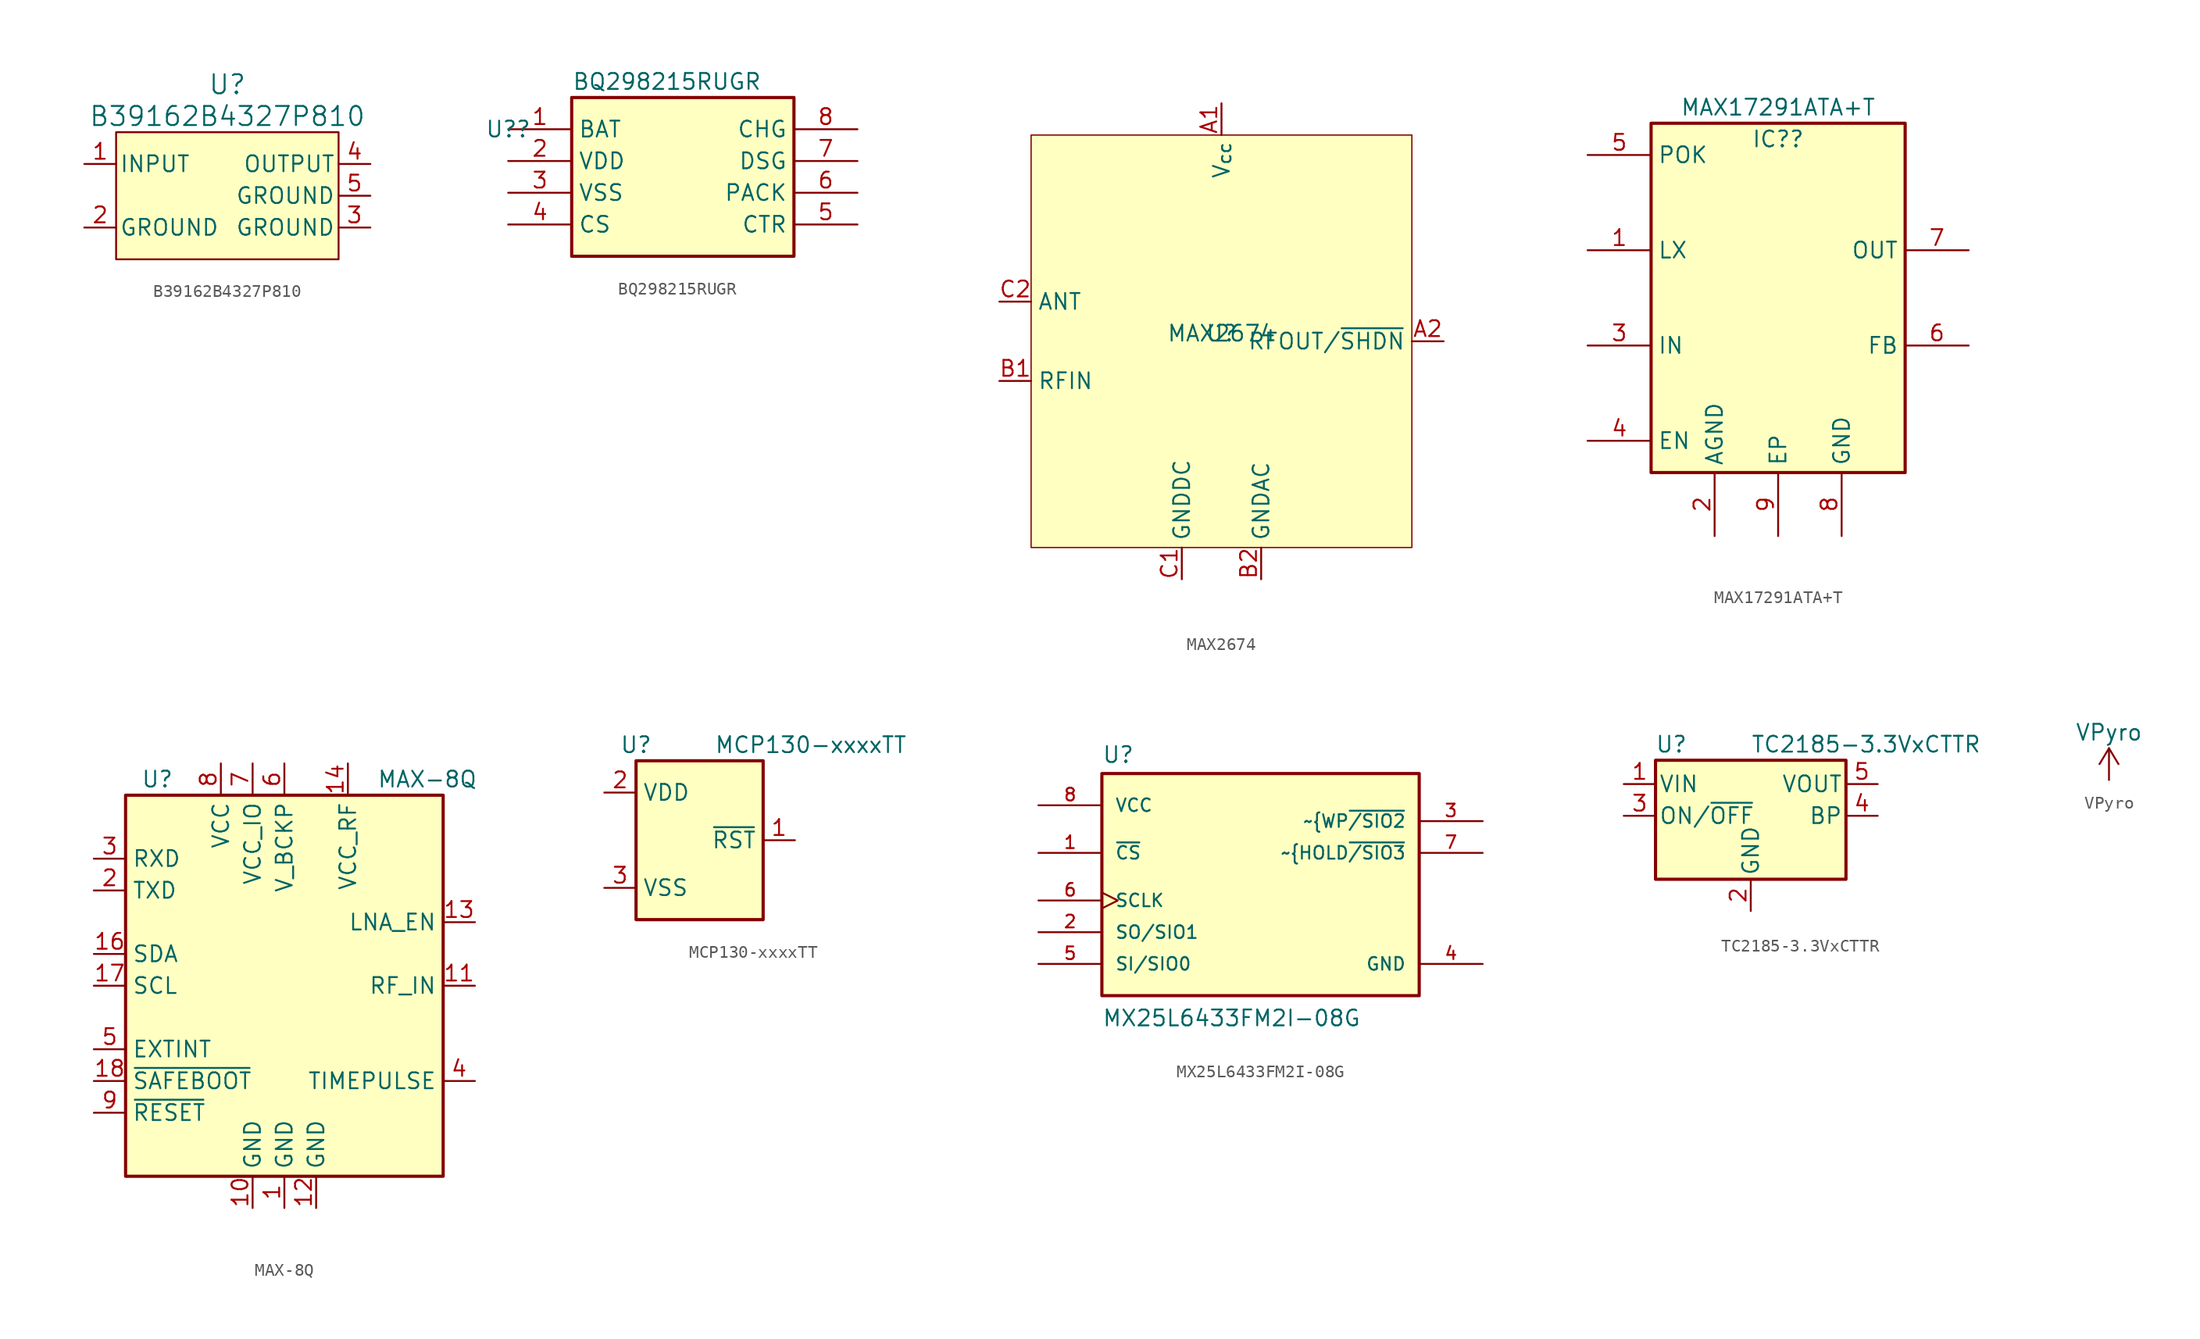
<source format=kicad_sym>
(kicad_symbol_lib
  (version 20220914)
  (generator kicad_symbol_editor)
  (symbol "B39162B4327P810"
    (pin_names
      (offset 0.254))
    (property "Reference" "U"
      (at 0 8.89 0)
      (effects (font (size 1.524 1.524))))
    (property "Value" "B39162B4327P810"
      (at 0 6.35 0)
      (effects (font (size 1.524 1.524))))
    (symbol "B39162B4327P810_0_1"
      (pin input line (at -11.43 2.54 0) (length 2.54) (name "INPUT" (effects (font (size 1.27 1.27)))) (number "1" (effects (font (size 1.27 1.27)))))
      (pin power_out line (at -11.43 -2.54 0) (length 2.54) (name "GROUND" (effects (font (size 1.27 1.27)))) (number "2" (effects (font (size 1.27 1.27)))))
      (pin power_out line (at 11.43 -2.54 180) (length 2.54) (name "GROUND" (effects (font (size 1.27 1.27)))) (number "3" (effects (font (size 1.27 1.27)))))
      (pin output line (at 11.43 2.54 180) (length 2.54) (name "OUTPUT" (effects (font (size 1.27 1.27)))) (number "4" (effects (font (size 1.27 1.27)))))
      (pin power_out line (at 11.43 0 180) (length 2.54) (name "GROUND" (effects (font (size 1.27 1.27)))) (number "5" (effects (font (size 1.27 1.27))))))
    (symbol "B39162B4327P810_1_1"
      (rectangle (start -8.89 5.08) (end 8.89 -5.08) (stroke (width 0.152) (type default)) (fill (type background)))))
  (symbol "BQ298215RUGR"
    (property "Reference" "U?"
      (at 0 0 0)
      (effects (font (size 1.27 1.27))))
    (property "Value" "BQ298215RUGR"
      (at 12.7 3.81 0)
      (effects (font (size 1.27 1.27))))
    (symbol "BQ298215RUGR_1_1"
      (rectangle (start 5.08 2.54) (end 22.86 -10.16) (stroke (width 0.254) (type default)) (fill (type background)))
      (pin passive line (at 0 0 0) (length 5.08) (name "BAT" (effects (font (size 1.27 1.27)))) (number "1" (effects (font (size 1.27 1.27)))))
      (pin passive line (at 0 -2.54 0) (length 5.08) (name "VDD" (effects (font (size 1.27 1.27)))) (number "2" (effects (font (size 1.27 1.27)))))
      (pin passive line (at 0 -5.08 0) (length 5.08) (name "VSS" (effects (font (size 1.27 1.27)))) (number "3" (effects (font (size 1.27 1.27)))))
      (pin passive line (at 0 -7.62 0) (length 5.08) (name "CS" (effects (font (size 1.27 1.27)))) (number "4" (effects (font (size 1.27 1.27)))))
      (pin passive line (at 27.94 -7.62 180) (length 5.08) (name "CTR" (effects (font (size 1.27 1.27)))) (number "5" (effects (font (size 1.27 1.27)))))
      (pin passive line (at 27.94 -5.08 180) (length 5.08) (name "PACK" (effects (font (size 1.27 1.27)))) (number "6" (effects (font (size 1.27 1.27)))))
      (pin passive line (at 27.94 -2.54 180) (length 5.08) (name "DSG" (effects (font (size 1.27 1.27)))) (number "7" (effects (font (size 1.27 1.27)))))
      (pin passive line (at 27.94 0 180) (length 5.08) (name "CHG" (effects (font (size 1.27 1.27)))) (number "8" (effects (font (size 1.27 1.27)))))))
  (symbol "MAX2674"
    (property "Reference" "U"
      (at 0 0.635 0)
      (effects (font (size 1.27 1.27))))
    (property "Value" "MAX2674"
      (at 0 0.635 0)
      (effects (font (size 1.27 1.27))))
    (symbol "MAX2674_1_1"
      (rectangle (start -15.24 16.51) (end 15.24 -16.51) (stroke (width 0.1) (type default)) (fill (type background)))
      (pin power_in line (at 0 19.05 270) (length 2.54) (name "V_{cc}" (effects (font (size 1.27 1.27)))) (number "A1" (effects (font (size 1.27 1.27)))))
      (pin bidirectional line (at 17.78 0 180) (length 2.54) (name "RFOUT/~{SHDN}" (effects (font (size 1.27 1.27)))) (number "A2" (effects (font (size 1.27 1.27)))))
      (pin input line (at -17.78 -3.175 0) (length 2.54) (name "RFIN" (effects (font (size 1.27 1.27)))) (number "B1" (effects (font (size 1.27 1.27)))))
      (pin power_in line (at 3.175 -19.05 90) (length 2.54) (name "GNDAC" (effects (font (size 1.27 1.27)))) (number "B2" (effects (font (size 1.27 1.27)))))
      (pin power_in line (at -3.175 -19.05 90) (length 2.54) (name "GNDDC" (effects (font (size 1.27 1.27)))) (number "C1" (effects (font (size 1.27 1.27)))))
      (pin input line (at -17.78 3.175 0) (length 2.54) (name "ANT" (effects (font (size 1.27 1.27)))) (number "C2" (effects (font (size 1.27 1.27)))))))
  (symbol "MAX17291ATA+T"
    (property "Reference" "IC?"
      (at 0 12.7 0)
      (effects (font (size 1.27 1.27))))
    (property "Value" "MAX17291ATA+T"
      (at 0 15.24 0)
      (effects (font (size 1.27 1.27))))
    (symbol "MAX17291ATA+T_1_1"
      (rectangle (start -10.16 13.97) (end 10.16 -13.97) (stroke (width 0.254) (type default)) (fill (type background)))
      (pin passive line (at -15.24 3.81 0) (length 5.08) (name "LX" (effects (font (size 1.27 1.27)))) (number "1" (effects (font (size 1.27 1.27)))))
      (pin passive line (at -5.08 -19.05 90) (length 5.08) (name "AGND" (effects (font (size 1.27 1.27)))) (number "2" (effects (font (size 1.27 1.27)))))
      (pin passive line (at -15.24 -3.81 0) (length 5.08) (name "IN" (effects (font (size 1.27 1.27)))) (number "3" (effects (font (size 1.27 1.27)))))
      (pin passive line (at -15.24 -11.43 0) (length 5.08) (name "EN" (effects (font (size 1.27 1.27)))) (number "4" (effects (font (size 1.27 1.27)))))
      (pin passive line (at -15.24 11.43 0) (length 5.08) (name "POK" (effects (font (size 1.27 1.27)))) (number "5" (effects (font (size 1.27 1.27)))))
      (pin passive line (at 15.24 -3.81 180) (length 5.08) (name "FB" (effects (font (size 1.27 1.27)))) (number "6" (effects (font (size 1.27 1.27)))))
      (pin passive line (at 15.24 3.81 180) (length 5.08) (name "OUT" (effects (font (size 1.27 1.27)))) (number "7" (effects (font (size 1.27 1.27)))))
      (pin passive line (at 5.08 -19.05 90) (length 5.08) (name "GND" (effects (font (size 1.27 1.27)))) (number "8" (effects (font (size 1.27 1.27)))))
      (pin passive line (at 0 -19.05 90) (length 5.08) (name "EP" (effects (font (size 1.27 1.27)))) (number "9" (effects (font (size 1.27 1.27)))))))
  (symbol "MAX-8Q"
    (property "Reference" "U"
      (at -10.16 16.51 0)
      (effects (font (size 1.27 1.27))))
    (property "Value" "MAX-8Q"
      (at 11.43 16.51 0)
      (effects (font (size 1.27 1.27))))
    (symbol "MAX-8Q_0_1"
      (rectangle (start 12.7 15.24) (end -12.7 -15.24) (stroke (width 0.254) (type default)) (fill (type background))))
    (symbol "MAX-8Q_1_1"
      (pin power_in line (at 0 -17.78 90) (length 2.54) (name "GND" (effects (font (size 1.27 1.27)))) (number "1" (effects (font (size 1.27 1.27)))))
      (pin passive line (at -2.54 -17.78 90) (length 2.54) (name "GND" (effects (font (size 1.27 1.27)))) (number "10" (effects (font (size 1.27 1.27)))))
      (pin input line (at 15.24 0 180) (length 2.54) (name "RF_IN" (effects (font (size 1.27 1.27)))) (number "11" (effects (font (size 1.27 1.27)))))
      (pin passive line (at 2.54 -17.78 90) (length 2.54) (name "GND" (effects (font (size 1.27 1.27)))) (number "12" (effects (font (size 1.27 1.27)))))
      (pin output line (at 15.24 5.08 180) (length 2.54) (name "LNA_EN" (effects (font (size 1.27 1.27)))) (number "13" (effects (font (size 1.27 1.27)))))
      (pin power_out line (at 5.08 17.78 270) (length 2.54) (name "VCC_RF" (effects (font (size 1.27 1.27)))) (number "14" (effects (font (size 1.27 1.27)))))
      (pin no_connect line (at 12.7 -5.08 180) (length 2.54) hide (name "Reserved" (effects (font (size 1.27 1.27)))) (number "15" (effects (font (size 1.27 1.27)))))
      (pin bidirectional line (at -15.24 2.54 0) (length 2.54) (name "SDA" (effects (font (size 1.27 1.27)))) (number "16" (effects (font (size 1.27 1.27)))))
      (pin input line (at -15.24 0 0) (length 2.54) (name "SCL" (effects (font (size 1.27 1.27)))) (number "17" (effects (font (size 1.27 1.27)))))
      (pin input line (at -15.24 -7.62 0) (length 2.54) (name "~{SAFEBOOT}" (effects (font (size 1.27 1.27)))) (number "18" (effects (font (size 1.27 1.27)))))
      (pin output line (at -15.24 7.62 0) (length 2.54) (name "TXD" (effects (font (size 1.27 1.27)))) (number "2" (effects (font (size 1.27 1.27)))))
      (pin input line (at -15.24 10.16 0) (length 2.54) (name "RXD" (effects (font (size 1.27 1.27)))) (number "3" (effects (font (size 1.27 1.27)))))
      (pin output line (at 15.24 -7.62 180) (length 2.54) (name "TIMEPULSE" (effects (font (size 1.27 1.27)))) (number "4" (effects (font (size 1.27 1.27)))))
      (pin input line (at -15.24 -5.08 0) (length 2.54) (name "EXTINT" (effects (font (size 1.27 1.27)))) (number "5" (effects (font (size 1.27 1.27)))))
      (pin power_in line (at 0 17.78 270) (length 2.54) (name "V_BCKP" (effects (font (size 1.27 1.27)))) (number "6" (effects (font (size 1.27 1.27)))))
      (pin power_in line (at -2.54 17.78 270) (length 2.54) (name "VCC_IO" (effects (font (size 1.27 1.27)))) (number "7" (effects (font (size 1.27 1.27)))))
      (pin power_in line (at -5.08 17.78 270) (length 2.54) (name "VCC" (effects (font (size 1.27 1.27)))) (number "8" (effects (font (size 1.27 1.27)))))
      (pin input line (at -15.24 -10.16 0) (length 2.54) (name "~{RESET}" (effects (font (size 1.27 1.27)))) (number "9" (effects (font (size 1.27 1.27)))))))
  (symbol "MCP130-xxxxTT"
    (property "Reference" "U"
      (at -5.08 7.62 0)
      (effects (font (size 1.27 1.27))))
    (property "Value" "MCP130-xxxxTT"
      (at 8.89 7.62 0)
      (effects (font (size 1.27 1.27))))
    (symbol "MCP130-xxxxTT_0_1"
      (rectangle (start -5.08 6.35) (end 5.08 -6.35) (stroke (width 0.254) (type default)) (fill (type background))))
    (symbol "MCP130-xxxxTT_1_1"
      (pin open_collector line (at 7.62 0 180) (length 2.54) (name "~{RST}" (effects (font (size 1.27 1.27)))) (number "1" (effects (font (size 1.27 1.27)))))
      (pin power_in line (at -7.62 3.81 0) (length 2.54) (name "VDD" (effects (font (size 1.27 1.27)))) (number "2" (effects (font (size 1.27 1.27)))))
      (pin power_in line (at -7.62 -3.81 0) (length 2.54) (name "VSS" (effects (font (size 1.27 1.27)))) (number "3" (effects (font (size 1.27 1.27)))))))
  (symbol "MX25L6433FM2I-08G"
    (pin_names
      (offset 1.016))
    (property "Reference" "U"
      (at -12.7 13.462 0)
      (effects (font (size 1.27 1.27)) (justify left bottom)))
    (property "Value" "MX25L6433FM2I-08G"
      (at -12.7 -7.62 0)
      (effects (font (size 1.27 1.27)) (justify left bottom)))
    (symbol "MX25L6433FM2I-08G_0_0"
      (rectangle (start -12.7 12.7) (end 12.7 -5.08) (stroke (width 0.254) (type default)) (fill (type background)))
      (pin input line (at -17.78 6.35 0) (length 5.08) (name "~{CS}" (effects (font (size 1.016 1.016)))) (number "1" (effects (font (size 1.016 1.016)))))
      (pin bidirectional line (at -17.78 0 0) (length 5.08) (name "SO/SIO1" (effects (font (size 1.016 1.016)))) (number "2" (effects (font (size 1.016 1.016)))))
      (pin bidirectional line (at 17.78 8.89 180) (length 5.08) (name "~{WP~{/SIO2}" (effects (font (size 1.016 1.016)))) (number "3" (effects (font (size 1.016 1.016)))))
      (pin power_in line (at 17.78 -2.54 180) (length 5.08) (name "GND" (effects (font (size 1.016 1.016)))) (number "4" (effects (font (size 1.016 1.016)))))
      (pin bidirectional line (at -17.78 -2.54 0) (length 5.08) (name "SI/SIO0" (effects (font (size 1.016 1.016)))) (number "5" (effects (font (size 1.016 1.016)))))
      (pin input clock (at -17.78 2.54 0) (length 5.08) (name "SCLK" (effects (font (size 1.016 1.016)))) (number "6" (effects (font (size 1.016 1.016)))))
      (pin bidirectional line (at 17.78 6.35 180) (length 5.08) (name "~{HOLD~{/SIO3}" (effects (font (size 1.016 1.016)))) (number "7" (effects (font (size 1.016 1.016)))))
      (pin power_in line (at -17.78 10.16 0) (length 5.08) (name "VCC" (effects (font (size 1.016 1.016)))) (number "8" (effects (font (size 1.016 1.016)))))))
  (symbol "TC2185-3.3VxCTTR"
    (pin_names
      (offset 0.254))
    (property "Reference" "U"
      (at -6.35 5.715 0)
      (effects (font (size 1.27 1.27))))
    (property "Value" "TC2185-3.3VxCTTR"
      (at 0 5.715 0)
      (effects (font (size 1.27 1.27)) (justify left)))
    (symbol "TC2185-3.3VxCTTR_0_1"
      (rectangle (start -7.62 -5.08) (end 7.62 4.445) (stroke (width 0.254) (type default)) (fill (type background))))
    (symbol "TC2185-3.3VxCTTR_1_1"
      (pin power_in line (at -10.16 2.54 0) (length 2.54) (name "VIN" (effects (font (size 1.27 1.27)))) (number "1" (effects (font (size 1.27 1.27)))))
      (pin power_in line (at 0 -7.62 90) (length 2.54) (name "GND" (effects (font (size 1.27 1.27)))) (number "2" (effects (font (size 1.27 1.27)))))
      (pin input line (at -10.16 0 0) (length 2.54) (name "ON/~{OFF}" (effects (font (size 1.27 1.27)))) (number "3" (effects (font (size 1.27 1.27)))))
      (pin input line (at 10.16 0 180) (length 2.54) (name "BP" (effects (font (size 1.27 1.27)))) (number "4" (effects (font (size 1.27 1.27)))))
      (pin power_out line (at 10.16 2.54 180) (length 2.54) (name "VOUT" (effects (font (size 1.27 1.27)))) (number "5" (effects (font (size 1.27 1.27)))))))
  (symbol "VPyro"
    (power)
    (property "Reference" "#PWR"
      (at 0 2.54 0)
      (effects (font (size 1.27 1.27)) hide))
    (property "Value" "VPyro"
      (at 0 2.54 0)
      (effects (font (size 1.27 1.27))))
    (symbol "VPyro_0_1"
      (polyline (pts (xy -0.762 0) (xy 0 1.27)) (stroke (width 0) (type default)) (fill (type none)))
      (polyline (pts (xy 0 -1.27) (xy 0 1.27)) (stroke (width 0) (type default)) (fill (type none)))
      (polyline (pts (xy 0 1.27) (xy 0.762 0)) (stroke (width 0) (type default)) (fill (type none))))
    (symbol "VPyro_1_1"
      (pin power_in line (at 0 -1.27 90) (length 2.54) hide (name "VPyro" (effects (font (size 1.27 1.27)))) (number "1" (effects (font (size 1.27 1.27))))))))
</source>
